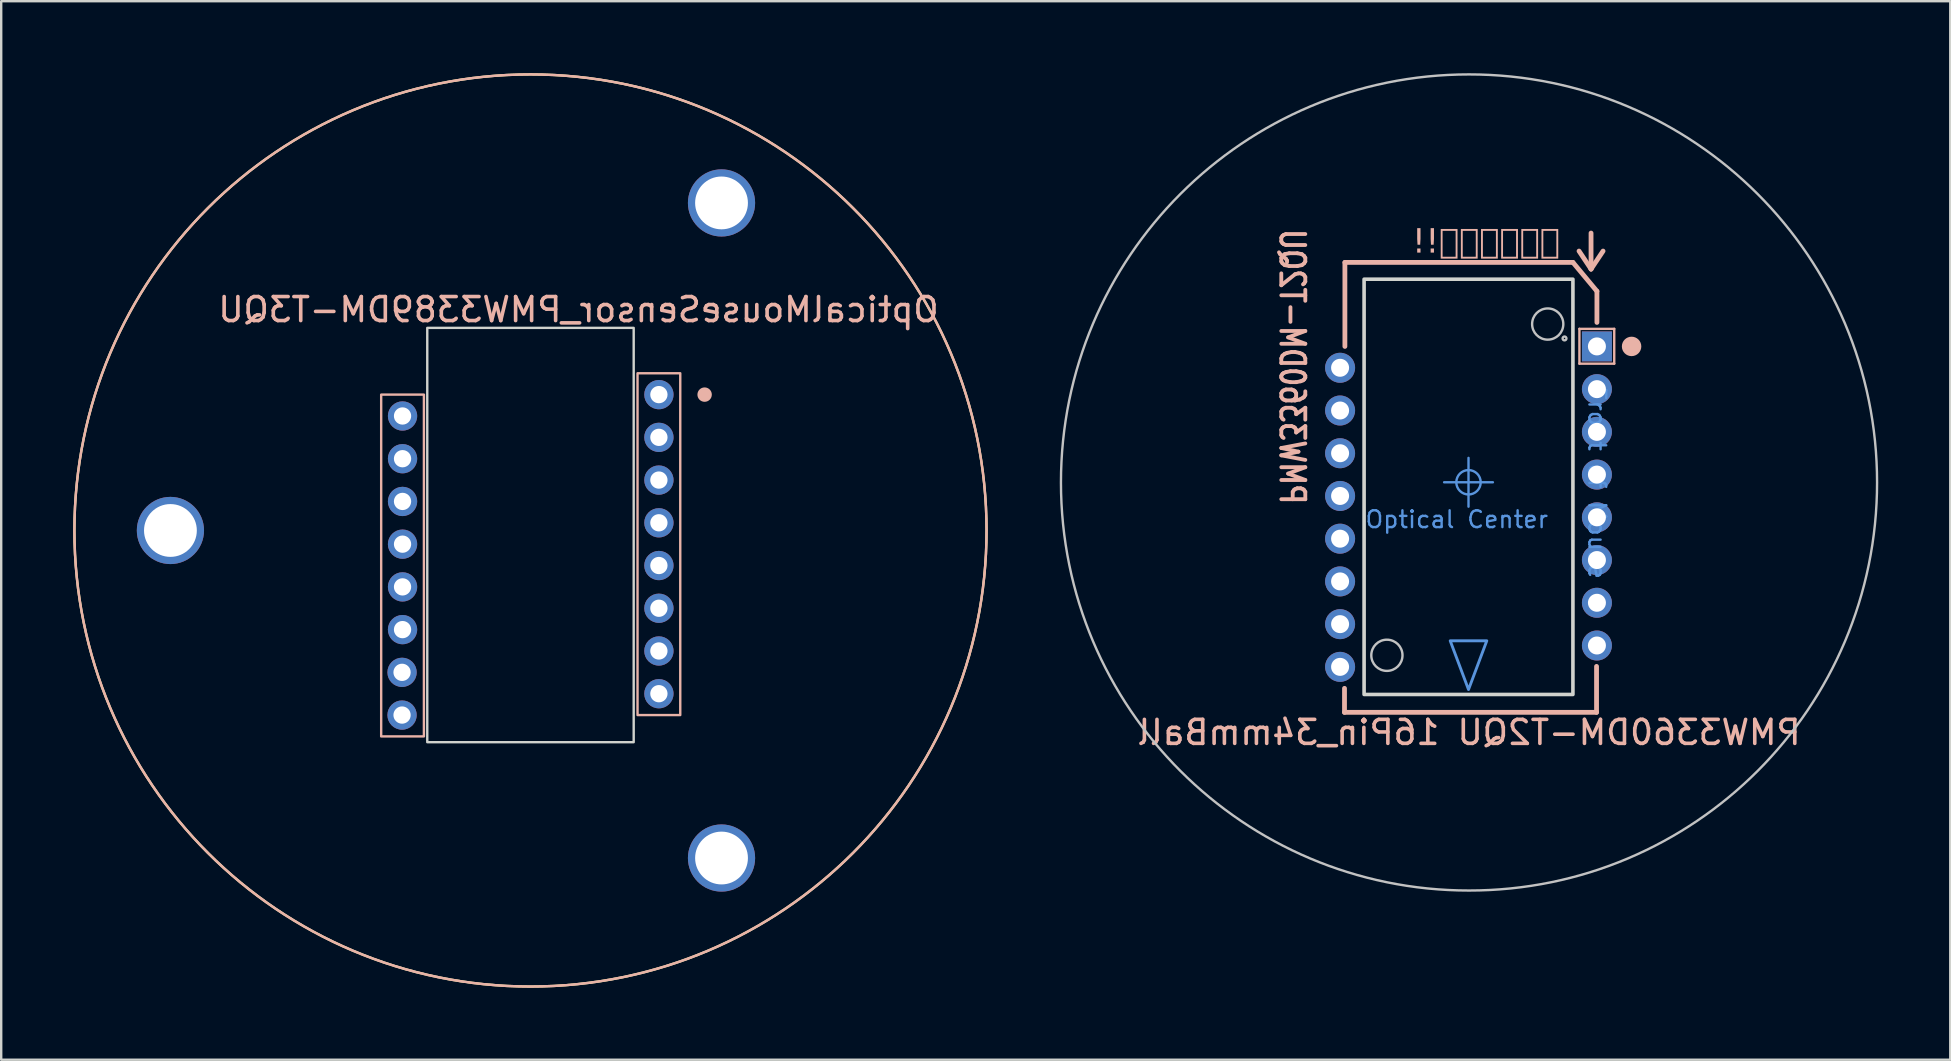
<source format=kicad_pcb>
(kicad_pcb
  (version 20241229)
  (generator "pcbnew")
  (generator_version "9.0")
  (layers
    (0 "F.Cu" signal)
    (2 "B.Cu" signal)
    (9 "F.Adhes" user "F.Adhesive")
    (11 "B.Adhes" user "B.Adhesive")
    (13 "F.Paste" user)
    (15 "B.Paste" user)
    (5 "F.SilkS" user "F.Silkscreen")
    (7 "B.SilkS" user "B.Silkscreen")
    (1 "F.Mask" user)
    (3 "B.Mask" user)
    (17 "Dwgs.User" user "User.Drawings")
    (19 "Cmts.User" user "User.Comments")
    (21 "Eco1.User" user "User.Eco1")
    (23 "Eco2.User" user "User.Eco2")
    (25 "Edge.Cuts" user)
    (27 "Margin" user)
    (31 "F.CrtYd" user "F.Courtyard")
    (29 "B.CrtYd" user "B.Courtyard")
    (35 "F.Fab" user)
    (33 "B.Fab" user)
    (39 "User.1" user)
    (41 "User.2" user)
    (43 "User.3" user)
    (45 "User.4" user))
  (footprint "OpticalMouseSensor_PMW3389DM-T3QU"
    (layer "F.Cu")
    (at 19.05 19.05)
    (property "Reference" "OpticalMouseSensor_PMW3389DM-T3QU" (at 2 -9.2 0) (unlocked yes) (layer "B.SilkS") (effects (font (size 1 1) (thickness 0.15)) (justify mirror)))
    (attr through_hole)
    (fp_circle (center 0 0) (end 19 0) (stroke (width 0.1) (type solid)) (fill no) (layer "F.SilkS"))
    (fp_rect (start -4.44 -5.66) (end -6.22 8.58) (stroke (width 0.1) (type solid)) (fill no) (layer "B.SilkS"))
    (fp_rect (start 6.24 -6.55) (end 4.46 7.69) (stroke (width 0.1) (type solid)) (fill no) (layer "B.SilkS"))
    (fp_circle (center 0 0) (end 19 0) (stroke (width 0.1) (type solid)) (fill no) (layer "B.SilkS"))
    (fp_circle (center 7.255 -5.66) (end 6.955 -5.66) (stroke (width 0) (type solid)) (fill yes) (layer "B.SilkS"))
    (fp_line (start -9.5 -3.92) (end -9.5 3.33) (stroke (width 0.1) (type solid)) (layer "Eco1.User"))
    (fp_line (start -2.45 10.38) (end -1.5 10.38) (stroke (width 0.1) (type solid)) (layer "Eco1.User"))
    (fp_line (start -1.5 10.38) (end -1.5 10.63) (stroke (width 0.1) (type solid)) (layer "Eco1.User"))
    (fp_line (start 1.5 10.38) (end 1.5 10.63) (stroke (width 0.1) (type solid)) (layer "Eco1.User"))
    (fp_line (start 1.5 10.63) (end -1.5 10.63) (stroke (width 0.1) (type solid)) (layer "Eco1.User"))
    (fp_line (start 2.45 -10.97) (end -2.45 -10.97) (stroke (width 0.1) (type solid)) (layer "Eco1.User"))
    (fp_line (start 2.45 10.38) (end 1.5 10.38) (stroke (width 0.1) (type solid)) (layer "Eco1.User"))
    (fp_line (start 9.5 -3.92) (end 9.5 3.33) (stroke (width 0.1) (type solid)) (layer "Eco1.User"))
    (fp_arc (start -9.5 -3.92) (mid -7.435103 -8.905102) (end -2.45 -10.97) (stroke (width 0.1) (type solid)) (layer "Eco1.User"))
    (fp_arc (start -2.45 10.38) (mid -7.435102 8.315103) (end -9.5 3.33) (stroke (width 0.1) (type solid)) (layer "Eco1.User"))
    (fp_arc (start 2.45 -10.97) (mid 7.435102 -8.905103) (end 9.5 -3.92) (stroke (width 0.1) (type solid)) (layer "Eco1.User"))
    (fp_arc (start 9.5 3.33) (mid 7.435103 8.315102) (end 2.45 10.38) (stroke (width 0.1) (type solid)) (layer "Eco1.User"))
    (fp_rect (start 4.3 -8.44) (end -4.3 8.82) (stroke (width 0.1) (type solid)) (fill no) (layer "Edge.Cuts"))
    (pad "" thru_hole circle (at -15 0) (size 2.8 2.8) (drill 2.2) (layers "*.Cu" "*.Mask"))
    (pad "" thru_hole circle (at 7.959 -13.646) (size 2.8 2.8) (drill 2.2) (layers "*.Cu" "*.Mask"))
    (pad "" thru_hole circle (at 7.959 13.646) (size 2.8 2.8) (drill 2.2) (layers "*.Cu" "*.Mask"))
    (pad "1" thru_hole circle (at 5.35 -5.66 180) (size 1.22 1.22) (drill 0.72) (layers "*.Cu" "*.Mask"))
    (pad "2" thru_hole circle (at 5.35 -3.88 180) (size 1.22 1.22) (drill 0.72) (layers "*.Cu" "*.Mask"))
    (pad "3" thru_hole circle (at 5.35 -2.1 180) (size 1.22 1.22) (drill 0.72) (layers "*.Cu" "*.Mask"))
    (pad "4" thru_hole circle (at 5.35 -0.32 180) (size 1.22 1.22) (drill 0.72) (layers "*.Cu" "*.Mask"))
    (pad "5" thru_hole circle (at 5.35 1.46 180) (size 1.22 1.22) (drill 0.72) (layers "*.Cu" "*.Mask"))
    (pad "6" thru_hole circle (at 5.35 3.24 180) (size 1.22 1.22) (drill 0.72) (layers "*.Cu" "*.Mask"))
    (pad "7" thru_hole circle (at 5.35 5.02 180) (size 1.22 1.22) (drill 0.72) (layers "*.Cu" "*.Mask"))
    (pad "8" thru_hole circle (at 5.35 6.8 180) (size 1.22 1.22) (drill 0.72) (layers "*.Cu" "*.Mask"))
    (pad "9" thru_hole circle (at -5.35 7.69 180) (size 1.22 1.22) (drill 0.72) (layers "*.Cu" "*.Mask"))
    (pad "10" thru_hole circle (at -5.35 5.91 180) (size 1.22 1.22) (drill 0.72) (layers "*.Cu" "*.Mask"))
    (pad "11" thru_hole circle (at -5.33 4.13 180) (size 1.22 1.22) (drill 0.72) (layers "*.Cu" "*.Mask"))
    (pad "12" thru_hole circle (at -5.33 2.35 180) (size 1.22 1.22) (drill 0.72) (layers "*.Cu" "*.Mask"))
    (pad "13" thru_hole circle (at -5.33 0.57 180) (size 1.22 1.22) (drill 0.72) (layers "*.Cu" "*.Mask"))
    (pad "14" thru_hole circle (at -5.33 -1.21 180) (size 1.22 1.22) (drill 0.72) (layers "*.Cu" "*.Mask"))
    (pad "15" thru_hole circle (at -5.33 -2.99 180) (size 1.22 1.22) (drill 0.72) (layers "*.Cu" "*.Mask"))
    (pad "16" thru_hole circle (at -5.33 -4.77 180) (size 1.22 1.22) (drill 0.72) (layers "*.Cu" "*.Mask")))
  (footprint "PMW3360DM-T2QU 16Pin_34mmBall"
    (layer "F.Cu")
    (at 58.15 17.05)
    (property "Reference" "PMW3360DM-T2QU 16Pin_34mmBall" (at 0 10.414 180) (layer "B.SilkS") (effects (font (size 1 1) (thickness 0.15)) (justify mirror)))
    (attr through_hole)
    (fp_line (start -5.187 9.577) (end -5.187 8.577) (stroke (width 0.2) (type solid)) (layer "B.SilkS"))
    (fp_line (start -5.187 9.577) (end 5.313 9.577) (stroke (width 0.2) (type solid)) (layer "B.SilkS"))
    (fp_line (start -5.171 -9.168) (end -5.171 -5.668) (stroke (width 0.2) (type solid)) (layer "B.SilkS"))
    (fp_line (start 4.329 -9.168) (end -5.171 -9.168) (stroke (width 0.2) (type solid)) (layer "B.SilkS"))
    (fp_line (start 4.6 -6.4) (end 4.6 -4.95) (stroke (width 0.1) (type default)) (layer "B.SilkS"))
    (fp_line (start 4.6 -4.95) (end 6.05 -4.95) (stroke (width 0.1) (type default)) (layer "B.SilkS"))
    (fp_line (start 5.084 -8.89) (end 4.584 -9.64) (stroke (width 0.2) (type default)) (layer "B.SilkS"))
    (fp_line (start 5.084 -8.89) (end 5.084 -10.39) (stroke (width 0.2) (type default)) (layer "B.SilkS"))
    (fp_line (start 5.084 -8.89) (end 5.584 -9.64) (stroke (width 0.2) (type default)) (layer "B.SilkS"))
    (fp_line (start 5.313 9.577) (end 5.313 7.663) (stroke (width 0.2) (type solid)) (layer "B.SilkS"))
    (fp_line (start 5.329 -7.968) (end 4.329 -9.168) (stroke (width 0.2) (type solid)) (layer "B.SilkS"))
    (fp_line (start 5.329 -6.668) (end 5.329 -7.968) (stroke (width 0.2) (type solid)) (layer "B.SilkS"))
    (fp_line (start 6.05 -6.4) (end 4.6 -6.4) (stroke (width 0.1) (type default)) (layer "B.SilkS"))
    (fp_line (start 6.05 -4.95) (end 6.05 -6.4) (stroke (width 0.1) (type default)) (layer "B.SilkS"))
    (fp_circle (center 6.773 -5.668) (end 6.873 -5.668) (stroke (width 0.61) (type solid)) (fill yes) (layer "B.SilkS"))
    (fp_circle (center -3.421 7.2) (end -3.421 7.85) (stroke (width 0.1) (type default)) (fill no) (layer "Dwgs.User"))
    (fp_circle (center 0 0) (end 0 17) (stroke (width 0.1) (type default)) (fill no) (layer "Dwgs.User"))
    (fp_circle (center 3.279 -6.6) (end 3.929 -6.6) (stroke (width 0.1) (type default)) (fill no) (layer "Dwgs.User"))
    (fp_circle (center 3.979 -6) (end 3.979 -5.92) (stroke (width 0.1) (type solid)) (fill no) (layer "Dwgs.User"))
    (fp_line (start -1.037 -0.008) (end 0.995 -0.008) (stroke (width 0.1) (type solid)) (layer "Cmts.User"))
    (fp_line (start -0.021 -1.024) (end -0.021 1.008) (stroke (width 0.1) (type solid)) (layer "Cmts.User"))
    (fp_circle (center -0.021 -0.008) (end -0.021 0.5) (stroke (width 0.1) (type solid)) (fill no) (layer "Cmts.User"))
    (fp_poly (pts (xy -0.021 8.628) (xy 0.741 6.596) (xy -0.783 6.596)) (stroke (width 0.12) (type solid)) (fill no) (layer "Cmts.User"))
    (fp_poly (pts (xy 4.329 -8.468) (xy 4.329 8.832) (xy -4.371 8.832) (xy -4.371 -8.468)) (stroke (width 0.15) (type solid)) (fill no) (layer "Edge.Cuts"))
    (fp_text user "PMW3360DM-T2QU" (at -7.366 -4.826 270) (unlocked yes) (layer "B.SilkS") (effects (font (size 1 0.8) (thickness 0.16) (bold yes)) (justify mirror)))
    (fp_text user "取付向き注意!!" (at 3.787 -9.406 0) (unlocked yes) (layer "B.SilkS") (effects (font (face "BIZ UDPゴシック") (size 1 1) (thickness 0.1)) (justify left bottom mirror)))
    (fp_text user "Front of Mouse" (at 5.334 0 270) (unlocked yes) (layer "Cmts.User") (effects (font (size 0.7 0.7) (thickness 0.1))))
    (fp_text user "Optical Center" (at -0.508 1.54 0) (unlocked yes) (layer "Cmts.User") (effects (font (size 0.7 0.7) (thickness 0.1))))
    (pad "1" thru_hole rect (at 5.329 -5.668 90) (size 1.25 1.25) (drill 0.75) (layers "*.Cu" "*.Mask"))
    (pad "2" thru_hole oval (at 5.329 -3.888 90) (size 1.25 1.25) (drill 0.75) (layers "*.Cu" "*.Mask"))
    (pad "3" thru_hole oval (at 5.329 -2.108 90) (size 1.25 1.25) (drill 0.75) (layers "*.Cu" "*.Mask"))
    (pad "4" thru_hole oval (at 5.329 -0.328 90) (size 1.25 1.25) (drill 0.75) (layers "*.Cu" "*.Mask"))
    (pad "5" thru_hole oval (at 5.329 1.452 90) (size 1.25 1.25) (drill 0.75) (layers "*.Cu" "*.Mask"))
    (pad "6" thru_hole oval (at 5.329 3.232 90) (size 1.25 1.25) (drill 0.75) (layers "*.Cu" "*.Mask"))
    (pad "7" thru_hole oval (at 5.329 5.012 90) (size 1.25 1.25) (drill 0.75) (layers "*.Cu" "*.Mask"))
    (pad "8" thru_hole oval (at 5.329 6.792 90) (size 1.25 1.25) (drill 0.75) (layers "*.Cu" "*.Mask"))
    (pad "9" thru_hole oval (at -5.371 7.682 90) (size 1.25 1.25) (drill 0.75) (layers "*.Cu" "*.Mask"))
    (pad "10" thru_hole oval (at -5.371 5.902 90) (size 1.25 1.25) (drill 0.75) (layers "*.Cu" "*.Mask"))
    (pad "11" thru_hole oval (at -5.371 4.122 90) (size 1.25 1.25) (drill 0.75) (layers "*.Cu" "*.Mask"))
    (pad "12" thru_hole oval (at -5.371 2.342 90) (size 1.25 1.25) (drill 0.75) (layers "*.Cu" "*.Mask"))
    (pad "13" thru_hole oval (at -5.371 0.562 90) (size 1.25 1.25) (drill 0.75) (layers "*.Cu" "*.Mask"))
    (pad "14" thru_hole oval (at -5.371 -1.218 90) (size 1.25 1.25) (drill 0.75) (layers "*.Cu" "*.Mask"))
    (pad "15" thru_hole oval (at -5.371 -2.998 90) (size 1.25 1.25) (drill 0.75) (layers "*.Cu" "*.Mask"))
    (pad "16" thru_hole oval (at -5.371 -4.778 90) (size 1.25 1.25) (drill 0.75) (layers "*.Cu" "*.Mask"))
    (zone (net_name "") (layers "F.Cu" "B.Cu" "B.CrtYd") (hatch edge 0.508) (connect_pads) (min_thickness 0.254) (filled_areas_thickness no) (keepout (tracks not_allowed) (vias not_allowed) (pads not_allowed) (copperpour not_allowed) (footprints not_allowed)) (placement (enabled no)) (fill) (polygon (pts (xy 62.498 25.881) (xy 62.447 8.558) (xy 53.76 8.558) (xy 53.76 25.881)))))
  (gr_rect
    (start -3 -3)
    (end 78.2 41.1)
    (stroke (width 0.1) (type default))
    (fill no)
    (layer "Edge.Cuts")))
</source>
